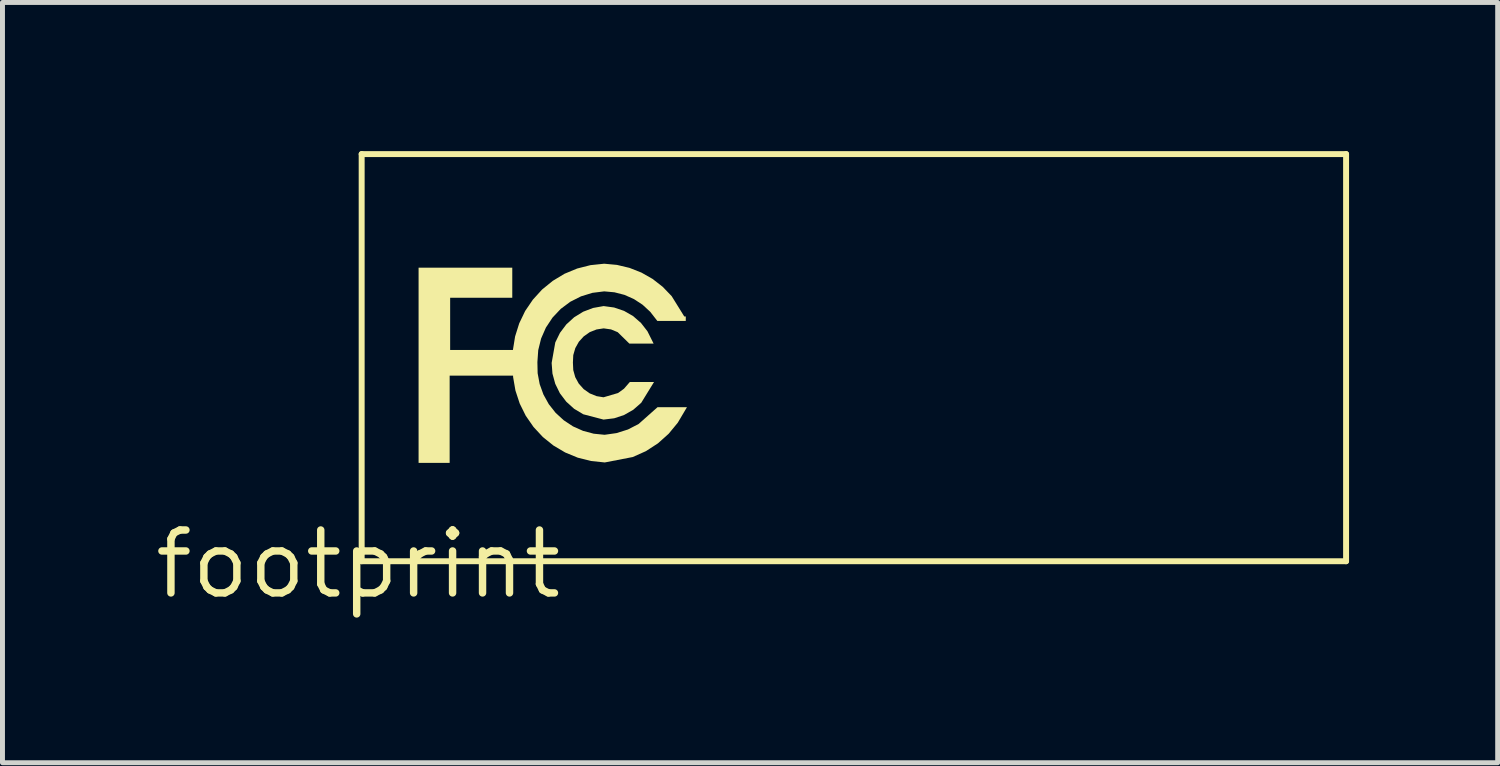
<source format=kicad_pcb>
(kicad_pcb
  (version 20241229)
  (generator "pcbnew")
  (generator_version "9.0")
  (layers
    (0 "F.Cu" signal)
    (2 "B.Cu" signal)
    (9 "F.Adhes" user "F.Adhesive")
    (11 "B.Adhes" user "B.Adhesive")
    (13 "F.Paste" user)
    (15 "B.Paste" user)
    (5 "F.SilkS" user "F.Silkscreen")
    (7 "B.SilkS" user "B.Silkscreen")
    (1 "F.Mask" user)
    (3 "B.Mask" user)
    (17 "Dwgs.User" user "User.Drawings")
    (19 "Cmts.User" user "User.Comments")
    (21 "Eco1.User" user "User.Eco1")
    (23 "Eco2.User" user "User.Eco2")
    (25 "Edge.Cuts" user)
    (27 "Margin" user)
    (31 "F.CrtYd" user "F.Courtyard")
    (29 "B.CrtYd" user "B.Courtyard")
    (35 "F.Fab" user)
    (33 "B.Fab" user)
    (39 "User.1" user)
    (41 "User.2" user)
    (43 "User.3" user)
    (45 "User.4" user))
  (footprint "footprint"
    (layer "F.Cu")
    (at 4.18 8.338)
    (property "Reference" "footprint" (at 0 0 0) (layer "F.SilkS") (effects (font (size 1.27 1.27) (thickness 0.15))))
    (fp_line (start 0.07 -8.278) (end 19.94 -8.278) (stroke (width 0.12) (type solid)) (layer "F.SilkS"))
    (fp_line (start 0.07 -0.06) (end 0.07 -8.278) (stroke (width 0.12) (type solid)) (layer "F.SilkS"))
    (fp_line (start 19.94 -8.278) (end 19.94 -0.06) (stroke (width 0.12) (type solid)) (layer "F.SilkS"))
    (fp_line (start 19.94 -0.06) (end 0.07 -0.06) (stroke (width 0.12) (type solid)) (layer "F.SilkS"))
    (fp_poly (pts (xy 3.11 -5.378) (xy 1.856 -5.378) (xy 1.856 -4.324) (xy 3.169 -4.324) (xy 3.169 -3.806) (xy 1.846 -3.806) (xy 1.846 -2.045) (xy 1.219 -2.045) (xy 1.219 -5.985) (xy 3.11 -5.985)) (stroke (width 0) (type solid)) (fill yes) (layer "F.SilkS"))
    (fp_poly (pts (xy 5.166 -5.181) (xy 5.366 -5.113) (xy 5.549 -5.008) (xy 5.708 -4.869) (xy 5.838 -4.702) (xy 5.963 -4.452) (xy 5.474 -4.452) (xy 5.238 -4.683) (xy 5.103 -4.739) (xy 4.955 -4.76) (xy 4.811 -4.738) (xy 4.674 -4.684) (xy 4.553 -4.599) (xy 4.454 -4.49) (xy 4.382 -4.361) (xy 4.341 -4.22) (xy 4.334 -4.069) (xy 4.341 -3.918) (xy 4.381 -3.775) (xy 4.452 -3.645) (xy 4.551 -3.534) (xy 4.673 -3.448) (xy 4.811 -3.392) (xy 4.952 -3.369) (xy 5.245 -3.455) (xy 5.365 -3.542) (xy 5.482 -3.677) (xy 5.971 -3.677) (xy 5.713 -3.258) (xy 5.552 -3.117) (xy 5.368 -3.012) (xy 5.167 -2.945) (xy 4.952 -2.919) (xy 4.543 -3.026) (xy 4.358 -3.137) (xy 4.2 -3.28) (xy 4.071 -3.45) (xy 3.977 -3.642) (xy 3.921 -3.848) (xy 3.905 -4.058) (xy 3.905 -4.064) (xy 3.978 -4.476) (xy 4.073 -4.67) (xy 4.201 -4.84) (xy 4.359 -4.984) (xy 4.541 -5.096) (xy 4.741 -5.172) (xy 4.954 -5.21)) (stroke (width 0) (type solid)) (fill yes) (layer "F.SilkS"))
    (fp_poly (pts (xy 5.224 -6.041) (xy 5.476 -5.981) (xy 5.717 -5.886) (xy 5.942 -5.758) (xy 6.146 -5.599) (xy 6.327 -5.411) (xy 6.582 -5) (xy 6.612 -5) (xy 6.612 -4.91) (xy 6.038 -4.91) (xy 5.894 -5.095) (xy 5.74 -5.237) (xy 5.566 -5.351) (xy 5.375 -5.436) (xy 5.173 -5.488) (xy 4.966 -5.507) (xy 4.727 -5.477) (xy 4.497 -5.406) (xy 4.281 -5.297) (xy 4.088 -5.153) (xy 3.922 -4.977) (xy 3.789 -4.776) (xy 3.692 -4.555) (xy 3.634 -4.321) (xy 3.617 -4.078) (xy 3.622 -3.854) (xy 3.663 -3.635) (xy 3.739 -3.425) (xy 3.847 -3.23) (xy 3.985 -3.055) (xy 4.149 -2.905) (xy 4.335 -2.782) (xy 4.539 -2.691) (xy 4.754 -2.634) (xy 4.974 -2.612) (xy 5.213 -2.646) (xy 5.445 -2.719) (xy 5.66 -2.83) (xy 6.042 -3.169) (xy 6.636 -3.169) (xy 6.45 -2.855) (xy 6.266 -2.632) (xy 6.05 -2.439) (xy 5.808 -2.282) (xy 5.542 -2.163) (xy 4.979 -2.054) (xy 4.973 -2.054) (xy 4.7 -2.083) (xy 4.432 -2.15) (xy 4.178 -2.255) (xy 3.941 -2.395) (xy 3.726 -2.568) (xy 3.539 -2.77) (xy 3.382 -2.996) (xy 3.26 -3.243) (xy 3.174 -3.505) (xy 3.127 -3.776) (xy 3.119 -4.049) (xy 3.123 -4.324) (xy 3.167 -4.597) (xy 3.25 -4.861) (xy 3.37 -5.111) (xy 3.526 -5.34) (xy 3.712 -5.544) (xy 3.927 -5.719) (xy 4.164 -5.862) (xy 4.42 -5.968) (xy 4.688 -6.036) (xy 4.965 -6.065)) (stroke (width 0) (type solid)) (fill yes) (layer "F.SilkS")))
  (gr_rect
    (start -3 -3)
    (end 27.18 12.345)
    (stroke (width 0.1) (type default))
    (fill no)
    (layer "Edge.Cuts")))
</source>
